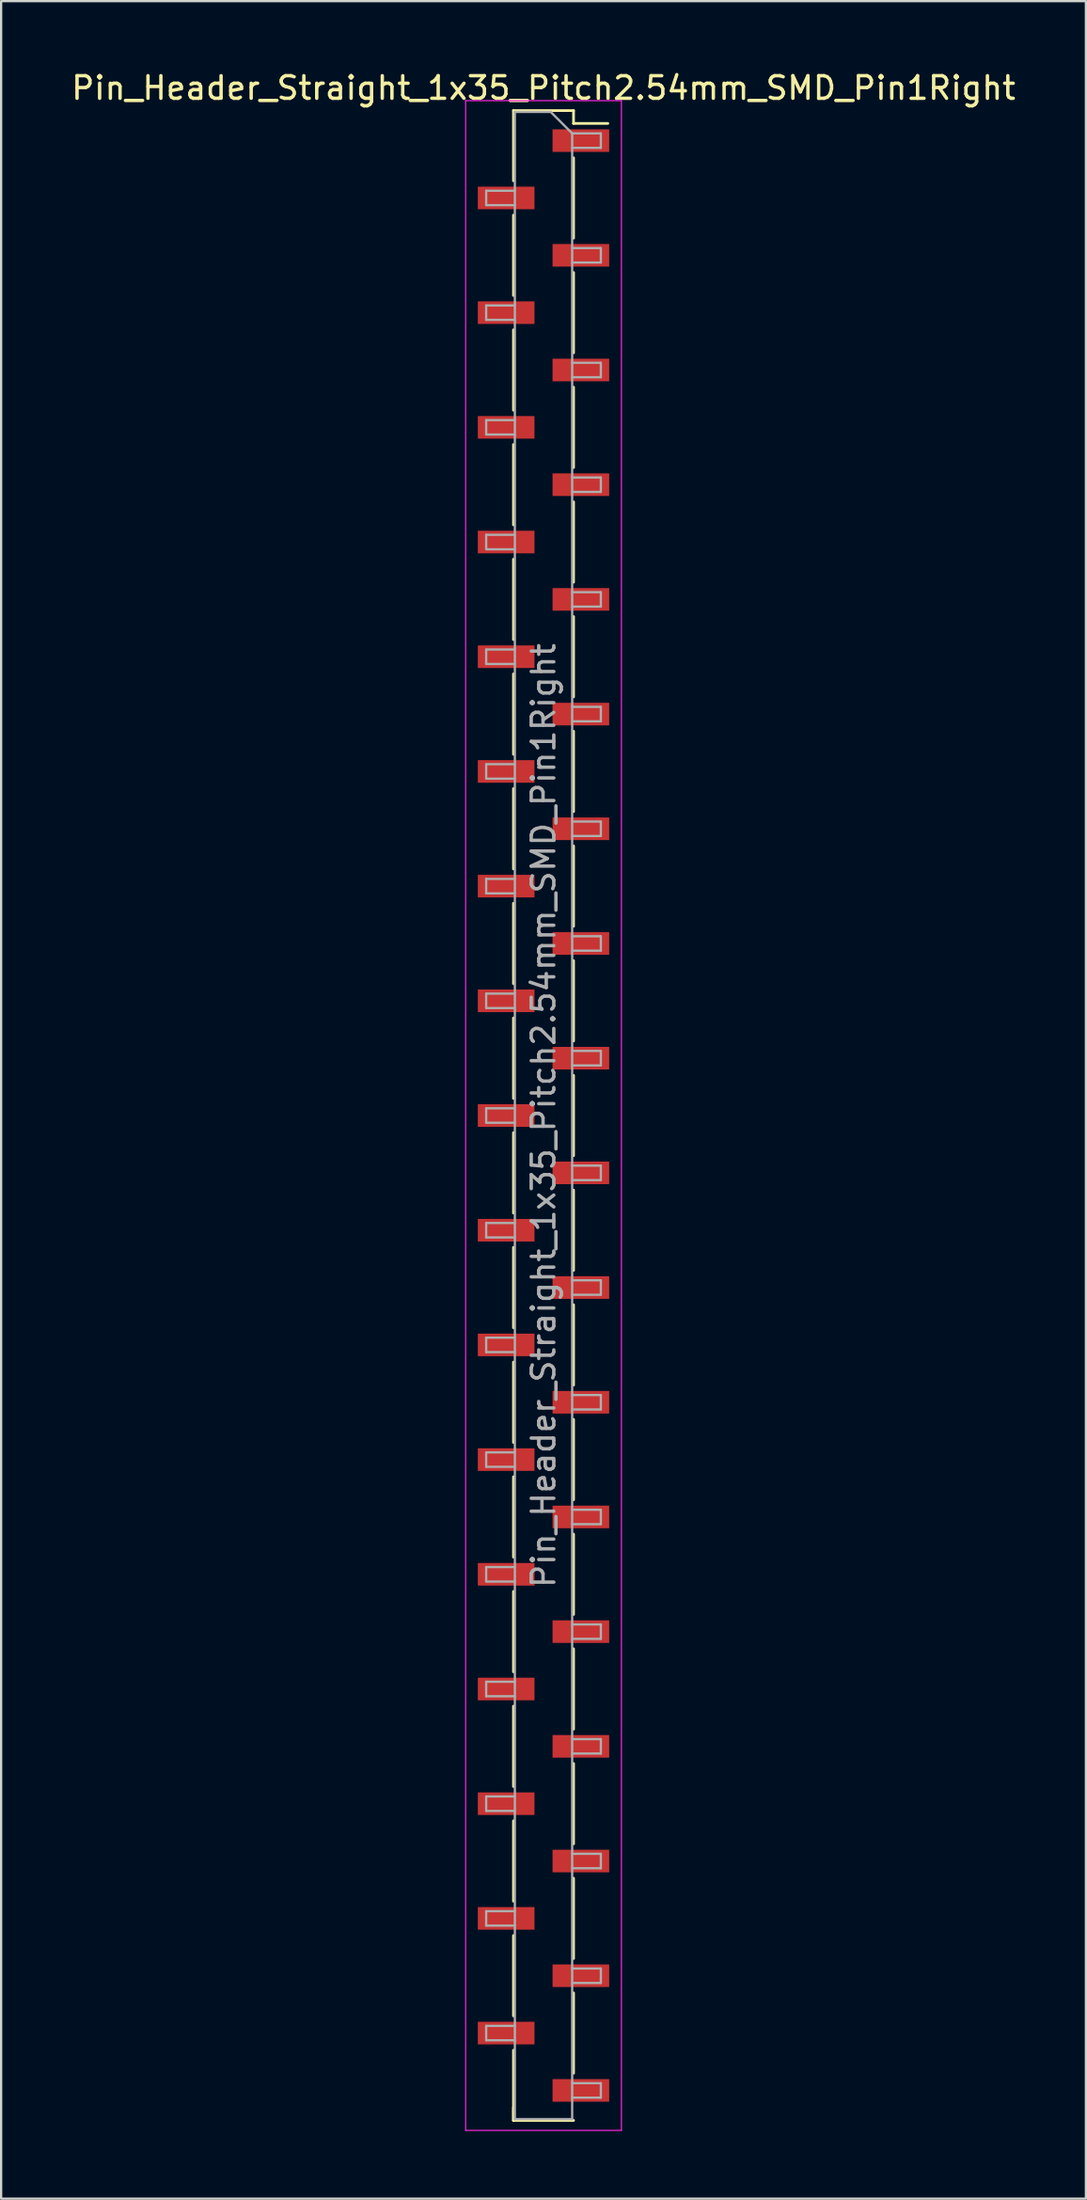
<source format=kicad_pcb>
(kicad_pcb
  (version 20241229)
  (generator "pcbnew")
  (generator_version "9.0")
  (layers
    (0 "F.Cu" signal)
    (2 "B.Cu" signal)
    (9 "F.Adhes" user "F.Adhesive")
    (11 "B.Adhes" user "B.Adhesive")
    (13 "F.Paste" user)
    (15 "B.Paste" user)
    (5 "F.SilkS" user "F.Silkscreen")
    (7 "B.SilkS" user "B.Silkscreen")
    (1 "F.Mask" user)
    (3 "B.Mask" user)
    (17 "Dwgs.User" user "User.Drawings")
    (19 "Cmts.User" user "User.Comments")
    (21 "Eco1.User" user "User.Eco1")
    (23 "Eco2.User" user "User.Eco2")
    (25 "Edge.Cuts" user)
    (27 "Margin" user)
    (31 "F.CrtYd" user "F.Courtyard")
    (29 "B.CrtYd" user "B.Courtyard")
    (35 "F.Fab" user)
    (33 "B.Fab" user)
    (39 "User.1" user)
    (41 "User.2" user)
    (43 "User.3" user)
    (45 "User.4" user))
  (footprint "Pin_Header_Straight_1x35_Pitch2.54mm_SMD_Pin1Right"
    (layer "F.Cu")
    (at 21.03 46.358)
    (property "Reference" "Pin_Header_Straight_1x35_Pitch2.54mm_SMD_Pin1Right" (at 0 -45.51 0) (layer "F.SilkS") (effects (font (size 1 1) (thickness 0.15))))
    (attr smd)
    (fp_line (start -1.33 -44.51) (end -1.33 -41.4) (stroke (width 0.12) (type solid)) (layer "F.SilkS"))
    (fp_line (start -1.33 -44.51) (end 1.33 -44.51) (stroke (width 0.12) (type solid)) (layer "F.SilkS"))
    (fp_line (start -1.33 -39.88) (end -1.33 -36.32) (stroke (width 0.12) (type solid)) (layer "F.SilkS"))
    (fp_line (start -1.33 -34.8) (end -1.33 -31.24) (stroke (width 0.12) (type solid)) (layer "F.SilkS"))
    (fp_line (start -1.33 -29.72) (end -1.33 -26.16) (stroke (width 0.12) (type solid)) (layer "F.SilkS"))
    (fp_line (start -1.33 -24.64) (end -1.33 -21.08) (stroke (width 0.12) (type solid)) (layer "F.SilkS"))
    (fp_line (start -1.33 -19.56) (end -1.33 -16) (stroke (width 0.12) (type solid)) (layer "F.SilkS"))
    (fp_line (start -1.33 -14.48) (end -1.33 -10.92) (stroke (width 0.12) (type solid)) (layer "F.SilkS"))
    (fp_line (start -1.33 -9.4) (end -1.33 -5.84) (stroke (width 0.12) (type solid)) (layer "F.SilkS"))
    (fp_line (start -1.33 -4.32) (end -1.33 -0.76) (stroke (width 0.12) (type solid)) (layer "F.SilkS"))
    (fp_line (start -1.33 0.76) (end -1.33 4.32) (stroke (width 0.12) (type solid)) (layer "F.SilkS"))
    (fp_line (start -1.33 5.84) (end -1.33 9.4) (stroke (width 0.12) (type solid)) (layer "F.SilkS"))
    (fp_line (start -1.33 10.92) (end -1.33 14.48) (stroke (width 0.12) (type solid)) (layer "F.SilkS"))
    (fp_line (start -1.33 16) (end -1.33 19.56) (stroke (width 0.12) (type solid)) (layer "F.SilkS"))
    (fp_line (start -1.33 21.08) (end -1.33 24.64) (stroke (width 0.12) (type solid)) (layer "F.SilkS"))
    (fp_line (start -1.33 26.16) (end -1.33 29.72) (stroke (width 0.12) (type solid)) (layer "F.SilkS"))
    (fp_line (start -1.33 31.24) (end -1.33 34.8) (stroke (width 0.12) (type solid)) (layer "F.SilkS"))
    (fp_line (start -1.33 36.32) (end -1.33 39.88) (stroke (width 0.12) (type solid)) (layer "F.SilkS"))
    (fp_line (start -1.33 41.4) (end -1.33 44.51) (stroke (width 0.12) (type solid)) (layer "F.SilkS"))
    (fp_line (start -1.33 43.94) (end -1.33 44.51) (stroke (width 0.12) (type solid)) (layer "F.SilkS"))
    (fp_line (start -1.33 44.51) (end 1.33 44.51) (stroke (width 0.12) (type solid)) (layer "F.SilkS"))
    (fp_line (start 1.33 -44.51) (end 1.33 -43.94) (stroke (width 0.12) (type solid)) (layer "F.SilkS"))
    (fp_line (start 1.33 -43.94) (end 2.85 -43.94) (stroke (width 0.12) (type solid)) (layer "F.SilkS"))
    (fp_line (start 1.33 -42.42) (end 1.33 -38.86) (stroke (width 0.12) (type solid)) (layer "F.SilkS"))
    (fp_line (start 1.33 -37.34) (end 1.33 -33.78) (stroke (width 0.12) (type solid)) (layer "F.SilkS"))
    (fp_line (start 1.33 -32.26) (end 1.33 -28.7) (stroke (width 0.12) (type solid)) (layer "F.SilkS"))
    (fp_line (start 1.33 -27.18) (end 1.33 -23.62) (stroke (width 0.12) (type solid)) (layer "F.SilkS"))
    (fp_line (start 1.33 -22.1) (end 1.33 -18.54) (stroke (width 0.12) (type solid)) (layer "F.SilkS"))
    (fp_line (start 1.33 -17.02) (end 1.33 -13.46) (stroke (width 0.12) (type solid)) (layer "F.SilkS"))
    (fp_line (start 1.33 -11.94) (end 1.33 -8.38) (stroke (width 0.12) (type solid)) (layer "F.SilkS"))
    (fp_line (start 1.33 -6.86) (end 1.33 -3.3) (stroke (width 0.12) (type solid)) (layer "F.SilkS"))
    (fp_line (start 1.33 -1.78) (end 1.33 1.78) (stroke (width 0.12) (type solid)) (layer "F.SilkS"))
    (fp_line (start 1.33 3.3) (end 1.33 6.86) (stroke (width 0.12) (type solid)) (layer "F.SilkS"))
    (fp_line (start 1.33 8.38) (end 1.33 11.94) (stroke (width 0.12) (type solid)) (layer "F.SilkS"))
    (fp_line (start 1.33 13.46) (end 1.33 17.02) (stroke (width 0.12) (type solid)) (layer "F.SilkS"))
    (fp_line (start 1.33 18.54) (end 1.33 22.1) (stroke (width 0.12) (type solid)) (layer "F.SilkS"))
    (fp_line (start 1.33 23.62) (end 1.33 27.18) (stroke (width 0.12) (type solid)) (layer "F.SilkS"))
    (fp_line (start 1.33 28.7) (end 1.33 32.26) (stroke (width 0.12) (type solid)) (layer "F.SilkS"))
    (fp_line (start 1.33 33.78) (end 1.33 37.34) (stroke (width 0.12) (type solid)) (layer "F.SilkS"))
    (fp_line (start 1.33 38.86) (end 1.33 42.42) (stroke (width 0.12) (type solid)) (layer "F.SilkS"))
    (fp_line (start -3.45 -44.95) (end -3.45 44.95) (stroke (width 0.05) (type solid)) (layer "F.CrtYd"))
    (fp_line (start -3.45 44.95) (end 3.45 44.95) (stroke (width 0.05) (type solid)) (layer "F.CrtYd"))
    (fp_line (start 3.45 -44.95) (end -3.45 -44.95) (stroke (width 0.05) (type solid)) (layer "F.CrtYd"))
    (fp_line (start 3.45 44.95) (end 3.45 -44.95) (stroke (width 0.05) (type solid)) (layer "F.CrtYd"))
    (fp_line (start -2.54 -40.96) (end -2.54 -40.32) (stroke (width 0.1) (type solid)) (layer "F.Fab"))
    (fp_line (start -2.54 -40.32) (end -1.27 -40.32) (stroke (width 0.1) (type solid)) (layer "F.Fab"))
    (fp_line (start -2.54 -35.88) (end -2.54 -35.24) (stroke (width 0.1) (type solid)) (layer "F.Fab"))
    (fp_line (start -2.54 -35.24) (end -1.27 -35.24) (stroke (width 0.1) (type solid)) (layer "F.Fab"))
    (fp_line (start -2.54 -30.8) (end -2.54 -30.16) (stroke (width 0.1) (type solid)) (layer "F.Fab"))
    (fp_line (start -2.54 -30.16) (end -1.27 -30.16) (stroke (width 0.1) (type solid)) (layer "F.Fab"))
    (fp_line (start -2.54 -25.72) (end -2.54 -25.08) (stroke (width 0.1) (type solid)) (layer "F.Fab"))
    (fp_line (start -2.54 -25.08) (end -1.27 -25.08) (stroke (width 0.1) (type solid)) (layer "F.Fab"))
    (fp_line (start -2.54 -20.64) (end -2.54 -20) (stroke (width 0.1) (type solid)) (layer "F.Fab"))
    (fp_line (start -2.54 -20) (end -1.27 -20) (stroke (width 0.1) (type solid)) (layer "F.Fab"))
    (fp_line (start -2.54 -15.56) (end -2.54 -14.92) (stroke (width 0.1) (type solid)) (layer "F.Fab"))
    (fp_line (start -2.54 -14.92) (end -1.27 -14.92) (stroke (width 0.1) (type solid)) (layer "F.Fab"))
    (fp_line (start -2.54 -10.48) (end -2.54 -9.84) (stroke (width 0.1) (type solid)) (layer "F.Fab"))
    (fp_line (start -2.54 -9.84) (end -1.27 -9.84) (stroke (width 0.1) (type solid)) (layer "F.Fab"))
    (fp_line (start -2.54 -5.4) (end -2.54 -4.76) (stroke (width 0.1) (type solid)) (layer "F.Fab"))
    (fp_line (start -2.54 -4.76) (end -1.27 -4.76) (stroke (width 0.1) (type solid)) (layer "F.Fab"))
    (fp_line (start -2.54 -0.32) (end -2.54 0.32) (stroke (width 0.1) (type solid)) (layer "F.Fab"))
    (fp_line (start -2.54 0.32) (end -1.27 0.32) (stroke (width 0.1) (type solid)) (layer "F.Fab"))
    (fp_line (start -2.54 4.76) (end -2.54 5.4) (stroke (width 0.1) (type solid)) (layer "F.Fab"))
    (fp_line (start -2.54 5.4) (end -1.27 5.4) (stroke (width 0.1) (type solid)) (layer "F.Fab"))
    (fp_line (start -2.54 9.84) (end -2.54 10.48) (stroke (width 0.1) (type solid)) (layer "F.Fab"))
    (fp_line (start -2.54 10.48) (end -1.27 10.48) (stroke (width 0.1) (type solid)) (layer "F.Fab"))
    (fp_line (start -2.54 14.92) (end -2.54 15.56) (stroke (width 0.1) (type solid)) (layer "F.Fab"))
    (fp_line (start -2.54 15.56) (end -1.27 15.56) (stroke (width 0.1) (type solid)) (layer "F.Fab"))
    (fp_line (start -2.54 20) (end -2.54 20.64) (stroke (width 0.1) (type solid)) (layer "F.Fab"))
    (fp_line (start -2.54 20.64) (end -1.27 20.64) (stroke (width 0.1) (type solid)) (layer "F.Fab"))
    (fp_line (start -2.54 25.08) (end -2.54 25.72) (stroke (width 0.1) (type solid)) (layer "F.Fab"))
    (fp_line (start -2.54 25.72) (end -1.27 25.72) (stroke (width 0.1) (type solid)) (layer "F.Fab"))
    (fp_line (start -2.54 30.16) (end -2.54 30.8) (stroke (width 0.1) (type solid)) (layer "F.Fab"))
    (fp_line (start -2.54 30.8) (end -1.27 30.8) (stroke (width 0.1) (type solid)) (layer "F.Fab"))
    (fp_line (start -2.54 35.24) (end -2.54 35.88) (stroke (width 0.1) (type solid)) (layer "F.Fab"))
    (fp_line (start -2.54 35.88) (end -1.27 35.88) (stroke (width 0.1) (type solid)) (layer "F.Fab"))
    (fp_line (start -2.54 40.32) (end -2.54 40.96) (stroke (width 0.1) (type solid)) (layer "F.Fab"))
    (fp_line (start -2.54 40.96) (end -1.27 40.96) (stroke (width 0.1) (type solid)) (layer "F.Fab"))
    (fp_line (start -1.27 -44.45) (end -1.27 44.45) (stroke (width 0.1) (type solid)) (layer "F.Fab"))
    (fp_line (start -1.27 -44.45) (end 0.32 -44.45) (stroke (width 0.1) (type solid)) (layer "F.Fab"))
    (fp_line (start -1.27 -40.96) (end -2.54 -40.96) (stroke (width 0.1) (type solid)) (layer "F.Fab"))
    (fp_line (start -1.27 -35.88) (end -2.54 -35.88) (stroke (width 0.1) (type solid)) (layer "F.Fab"))
    (fp_line (start -1.27 -30.8) (end -2.54 -30.8) (stroke (width 0.1) (type solid)) (layer "F.Fab"))
    (fp_line (start -1.27 -25.72) (end -2.54 -25.72) (stroke (width 0.1) (type solid)) (layer "F.Fab"))
    (fp_line (start -1.27 -20.64) (end -2.54 -20.64) (stroke (width 0.1) (type solid)) (layer "F.Fab"))
    (fp_line (start -1.27 -15.56) (end -2.54 -15.56) (stroke (width 0.1) (type solid)) (layer "F.Fab"))
    (fp_line (start -1.27 -10.48) (end -2.54 -10.48) (stroke (width 0.1) (type solid)) (layer "F.Fab"))
    (fp_line (start -1.27 -5.4) (end -2.54 -5.4) (stroke (width 0.1) (type solid)) (layer "F.Fab"))
    (fp_line (start -1.27 -0.32) (end -2.54 -0.32) (stroke (width 0.1) (type solid)) (layer "F.Fab"))
    (fp_line (start -1.27 4.76) (end -2.54 4.76) (stroke (width 0.1) (type solid)) (layer "F.Fab"))
    (fp_line (start -1.27 9.84) (end -2.54 9.84) (stroke (width 0.1) (type solid)) (layer "F.Fab"))
    (fp_line (start -1.27 14.92) (end -2.54 14.92) (stroke (width 0.1) (type solid)) (layer "F.Fab"))
    (fp_line (start -1.27 20) (end -2.54 20) (stroke (width 0.1) (type solid)) (layer "F.Fab"))
    (fp_line (start -1.27 25.08) (end -2.54 25.08) (stroke (width 0.1) (type solid)) (layer "F.Fab"))
    (fp_line (start -1.27 30.16) (end -2.54 30.16) (stroke (width 0.1) (type solid)) (layer "F.Fab"))
    (fp_line (start -1.27 35.24) (end -2.54 35.24) (stroke (width 0.1) (type solid)) (layer "F.Fab"))
    (fp_line (start -1.27 40.32) (end -2.54 40.32) (stroke (width 0.1) (type solid)) (layer "F.Fab"))
    (fp_line (start 1.27 -43.5) (end 0.32 -44.45) (stroke (width 0.1) (type solid)) (layer "F.Fab"))
    (fp_line (start 1.27 -43.5) (end 2.54 -43.5) (stroke (width 0.1) (type solid)) (layer "F.Fab"))
    (fp_line (start 1.27 -38.42) (end 2.54 -38.42) (stroke (width 0.1) (type solid)) (layer "F.Fab"))
    (fp_line (start 1.27 -33.34) (end 2.54 -33.34) (stroke (width 0.1) (type solid)) (layer "F.Fab"))
    (fp_line (start 1.27 -28.26) (end 2.54 -28.26) (stroke (width 0.1) (type solid)) (layer "F.Fab"))
    (fp_line (start 1.27 -23.18) (end 2.54 -23.18) (stroke (width 0.1) (type solid)) (layer "F.Fab"))
    (fp_line (start 1.27 -18.1) (end 2.54 -18.1) (stroke (width 0.1) (type solid)) (layer "F.Fab"))
    (fp_line (start 1.27 -13.02) (end 2.54 -13.02) (stroke (width 0.1) (type solid)) (layer "F.Fab"))
    (fp_line (start 1.27 -7.94) (end 2.54 -7.94) (stroke (width 0.1) (type solid)) (layer "F.Fab"))
    (fp_line (start 1.27 -2.86) (end 2.54 -2.86) (stroke (width 0.1) (type solid)) (layer "F.Fab"))
    (fp_line (start 1.27 2.22) (end 2.54 2.22) (stroke (width 0.1) (type solid)) (layer "F.Fab"))
    (fp_line (start 1.27 7.3) (end 2.54 7.3) (stroke (width 0.1) (type solid)) (layer "F.Fab"))
    (fp_line (start 1.27 12.38) (end 2.54 12.38) (stroke (width 0.1) (type solid)) (layer "F.Fab"))
    (fp_line (start 1.27 17.46) (end 2.54 17.46) (stroke (width 0.1) (type solid)) (layer "F.Fab"))
    (fp_line (start 1.27 22.54) (end 2.54 22.54) (stroke (width 0.1) (type solid)) (layer "F.Fab"))
    (fp_line (start 1.27 27.62) (end 2.54 27.62) (stroke (width 0.1) (type solid)) (layer "F.Fab"))
    (fp_line (start 1.27 32.7) (end 2.54 32.7) (stroke (width 0.1) (type solid)) (layer "F.Fab"))
    (fp_line (start 1.27 37.78) (end 2.54 37.78) (stroke (width 0.1) (type solid)) (layer "F.Fab"))
    (fp_line (start 1.27 42.86) (end 2.54 42.86) (stroke (width 0.1) (type solid)) (layer "F.Fab"))
    (fp_line (start 1.27 44.45) (end -1.27 44.45) (stroke (width 0.1) (type solid)) (layer "F.Fab"))
    (fp_line (start 1.27 44.45) (end 1.27 -43.5) (stroke (width 0.1) (type solid)) (layer "F.Fab"))
    (fp_line (start 2.54 -43.5) (end 2.54 -42.86) (stroke (width 0.1) (type solid)) (layer "F.Fab"))
    (fp_line (start 2.54 -42.86) (end 1.27 -42.86) (stroke (width 0.1) (type solid)) (layer "F.Fab"))
    (fp_line (start 2.54 -38.42) (end 2.54 -37.78) (stroke (width 0.1) (type solid)) (layer "F.Fab"))
    (fp_line (start 2.54 -37.78) (end 1.27 -37.78) (stroke (width 0.1) (type solid)) (layer "F.Fab"))
    (fp_line (start 2.54 -33.34) (end 2.54 -32.7) (stroke (width 0.1) (type solid)) (layer "F.Fab"))
    (fp_line (start 2.54 -32.7) (end 1.27 -32.7) (stroke (width 0.1) (type solid)) (layer "F.Fab"))
    (fp_line (start 2.54 -28.26) (end 2.54 -27.62) (stroke (width 0.1) (type solid)) (layer "F.Fab"))
    (fp_line (start 2.54 -27.62) (end 1.27 -27.62) (stroke (width 0.1) (type solid)) (layer "F.Fab"))
    (fp_line (start 2.54 -23.18) (end 2.54 -22.54) (stroke (width 0.1) (type solid)) (layer "F.Fab"))
    (fp_line (start 2.54 -22.54) (end 1.27 -22.54) (stroke (width 0.1) (type solid)) (layer "F.Fab"))
    (fp_line (start 2.54 -18.1) (end 2.54 -17.46) (stroke (width 0.1) (type solid)) (layer "F.Fab"))
    (fp_line (start 2.54 -17.46) (end 1.27 -17.46) (stroke (width 0.1) (type solid)) (layer "F.Fab"))
    (fp_line (start 2.54 -13.02) (end 2.54 -12.38) (stroke (width 0.1) (type solid)) (layer "F.Fab"))
    (fp_line (start 2.54 -12.38) (end 1.27 -12.38) (stroke (width 0.1) (type solid)) (layer "F.Fab"))
    (fp_line (start 2.54 -7.94) (end 2.54 -7.3) (stroke (width 0.1) (type solid)) (layer "F.Fab"))
    (fp_line (start 2.54 -7.3) (end 1.27 -7.3) (stroke (width 0.1) (type solid)) (layer "F.Fab"))
    (fp_line (start 2.54 -2.86) (end 2.54 -2.22) (stroke (width 0.1) (type solid)) (layer "F.Fab"))
    (fp_line (start 2.54 -2.22) (end 1.27 -2.22) (stroke (width 0.1) (type solid)) (layer "F.Fab"))
    (fp_line (start 2.54 2.22) (end 2.54 2.86) (stroke (width 0.1) (type solid)) (layer "F.Fab"))
    (fp_line (start 2.54 2.86) (end 1.27 2.86) (stroke (width 0.1) (type solid)) (layer "F.Fab"))
    (fp_line (start 2.54 7.3) (end 2.54 7.94) (stroke (width 0.1) (type solid)) (layer "F.Fab"))
    (fp_line (start 2.54 7.94) (end 1.27 7.94) (stroke (width 0.1) (type solid)) (layer "F.Fab"))
    (fp_line (start 2.54 12.38) (end 2.54 13.02) (stroke (width 0.1) (type solid)) (layer "F.Fab"))
    (fp_line (start 2.54 13.02) (end 1.27 13.02) (stroke (width 0.1) (type solid)) (layer "F.Fab"))
    (fp_line (start 2.54 17.46) (end 2.54 18.1) (stroke (width 0.1) (type solid)) (layer "F.Fab"))
    (fp_line (start 2.54 18.1) (end 1.27 18.1) (stroke (width 0.1) (type solid)) (layer "F.Fab"))
    (fp_line (start 2.54 22.54) (end 2.54 23.18) (stroke (width 0.1) (type solid)) (layer "F.Fab"))
    (fp_line (start 2.54 23.18) (end 1.27 23.18) (stroke (width 0.1) (type solid)) (layer "F.Fab"))
    (fp_line (start 2.54 27.62) (end 2.54 28.26) (stroke (width 0.1) (type solid)) (layer "F.Fab"))
    (fp_line (start 2.54 28.26) (end 1.27 28.26) (stroke (width 0.1) (type solid)) (layer "F.Fab"))
    (fp_line (start 2.54 32.7) (end 2.54 33.34) (stroke (width 0.1) (type solid)) (layer "F.Fab"))
    (fp_line (start 2.54 33.34) (end 1.27 33.34) (stroke (width 0.1) (type solid)) (layer "F.Fab"))
    (fp_line (start 2.54 37.78) (end 2.54 38.42) (stroke (width 0.1) (type solid)) (layer "F.Fab"))
    (fp_line (start 2.54 38.42) (end 1.27 38.42) (stroke (width 0.1) (type solid)) (layer "F.Fab"))
    (fp_line (start 2.54 42.86) (end 2.54 43.5) (stroke (width 0.1) (type solid)) (layer "F.Fab"))
    (fp_line (start 2.54 43.5) (end 1.27 43.5) (stroke (width 0.1) (type solid)) (layer "F.Fab"))
    (fp_text user "${REFERENCE}" (at 0 0 90) (layer "F.Fab") (effects (font (size 1 1) (thickness 0.15))))
    (pad "1" smd rect (at 1.655 -43.18) (size 2.51 1) (layers "F.Cu" "F.Mask" "F.Paste"))
    (pad "2" smd rect (at -1.655 -40.64) (size 2.51 1) (layers "F.Cu" "F.Mask" "F.Paste"))
    (pad "3" smd rect (at 1.655 -38.1) (size 2.51 1) (layers "F.Cu" "F.Mask" "F.Paste"))
    (pad "4" smd rect (at -1.655 -35.56) (size 2.51 1) (layers "F.Cu" "F.Mask" "F.Paste"))
    (pad "5" smd rect (at 1.655 -33.02) (size 2.51 1) (layers "F.Cu" "F.Mask" "F.Paste"))
    (pad "6" smd rect (at -1.655 -30.48) (size 2.51 1) (layers "F.Cu" "F.Mask" "F.Paste"))
    (pad "7" smd rect (at 1.655 -27.94) (size 2.51 1) (layers "F.Cu" "F.Mask" "F.Paste"))
    (pad "8" smd rect (at -1.655 -25.4) (size 2.51 1) (layers "F.Cu" "F.Mask" "F.Paste"))
    (pad "9" smd rect (at 1.655 -22.86) (size 2.51 1) (layers "F.Cu" "F.Mask" "F.Paste"))
    (pad "10" smd rect (at -1.655 -20.32) (size 2.51 1) (layers "F.Cu" "F.Mask" "F.Paste"))
    (pad "11" smd rect (at 1.655 -17.78) (size 2.51 1) (layers "F.Cu" "F.Mask" "F.Paste"))
    (pad "12" smd rect (at -1.655 -15.24) (size 2.51 1) (layers "F.Cu" "F.Mask" "F.Paste"))
    (pad "13" smd rect (at 1.655 -12.7) (size 2.51 1) (layers "F.Cu" "F.Mask" "F.Paste"))
    (pad "14" smd rect (at -1.655 -10.16) (size 2.51 1) (layers "F.Cu" "F.Mask" "F.Paste"))
    (pad "15" smd rect (at 1.655 -7.62) (size 2.51 1) (layers "F.Cu" "F.Mask" "F.Paste"))
    (pad "16" smd rect (at -1.655 -5.08) (size 2.51 1) (layers "F.Cu" "F.Mask" "F.Paste"))
    (pad "17" smd rect (at 1.655 -2.54) (size 2.51 1) (layers "F.Cu" "F.Mask" "F.Paste"))
    (pad "18" smd rect (at -1.655 0) (size 2.51 1) (layers "F.Cu" "F.Mask" "F.Paste"))
    (pad "19" smd rect (at 1.655 2.54) (size 2.51 1) (layers "F.Cu" "F.Mask" "F.Paste"))
    (pad "20" smd rect (at -1.655 5.08) (size 2.51 1) (layers "F.Cu" "F.Mask" "F.Paste"))
    (pad "21" smd rect (at 1.655 7.62) (size 2.51 1) (layers "F.Cu" "F.Mask" "F.Paste"))
    (pad "22" smd rect (at -1.655 10.16) (size 2.51 1) (layers "F.Cu" "F.Mask" "F.Paste"))
    (pad "23" smd rect (at 1.655 12.7) (size 2.51 1) (layers "F.Cu" "F.Mask" "F.Paste"))
    (pad "24" smd rect (at -1.655 15.24) (size 2.51 1) (layers "F.Cu" "F.Mask" "F.Paste"))
    (pad "25" smd rect (at 1.655 17.78) (size 2.51 1) (layers "F.Cu" "F.Mask" "F.Paste"))
    (pad "26" smd rect (at -1.655 20.32) (size 2.51 1) (layers "F.Cu" "F.Mask" "F.Paste"))
    (pad "27" smd rect (at 1.655 22.86) (size 2.51 1) (layers "F.Cu" "F.Mask" "F.Paste"))
    (pad "28" smd rect (at -1.655 25.4) (size 2.51 1) (layers "F.Cu" "F.Mask" "F.Paste"))
    (pad "29" smd rect (at 1.655 27.94) (size 2.51 1) (layers "F.Cu" "F.Mask" "F.Paste"))
    (pad "30" smd rect (at -1.655 30.48) (size 2.51 1) (layers "F.Cu" "F.Mask" "F.Paste"))
    (pad "31" smd rect (at 1.655 33.02) (size 2.51 1) (layers "F.Cu" "F.Mask" "F.Paste"))
    (pad "32" smd rect (at -1.655 35.56) (size 2.51 1) (layers "F.Cu" "F.Mask" "F.Paste"))
    (pad "33" smd rect (at 1.655 38.1) (size 2.51 1) (layers "F.Cu" "F.Mask" "F.Paste"))
    (pad "34" smd rect (at -1.655 40.64) (size 2.51 1) (layers "F.Cu" "F.Mask" "F.Paste"))
    (pad "35" smd rect (at 1.655 43.18) (size 2.51 1) (layers "F.Cu" "F.Mask" "F.Paste")))
  (gr_rect
    (start -3 -3)
    (end 45.06 94.333)
    (stroke (width 0.1) (type default))
    (fill no)
    (layer "Edge.Cuts")))
</source>
